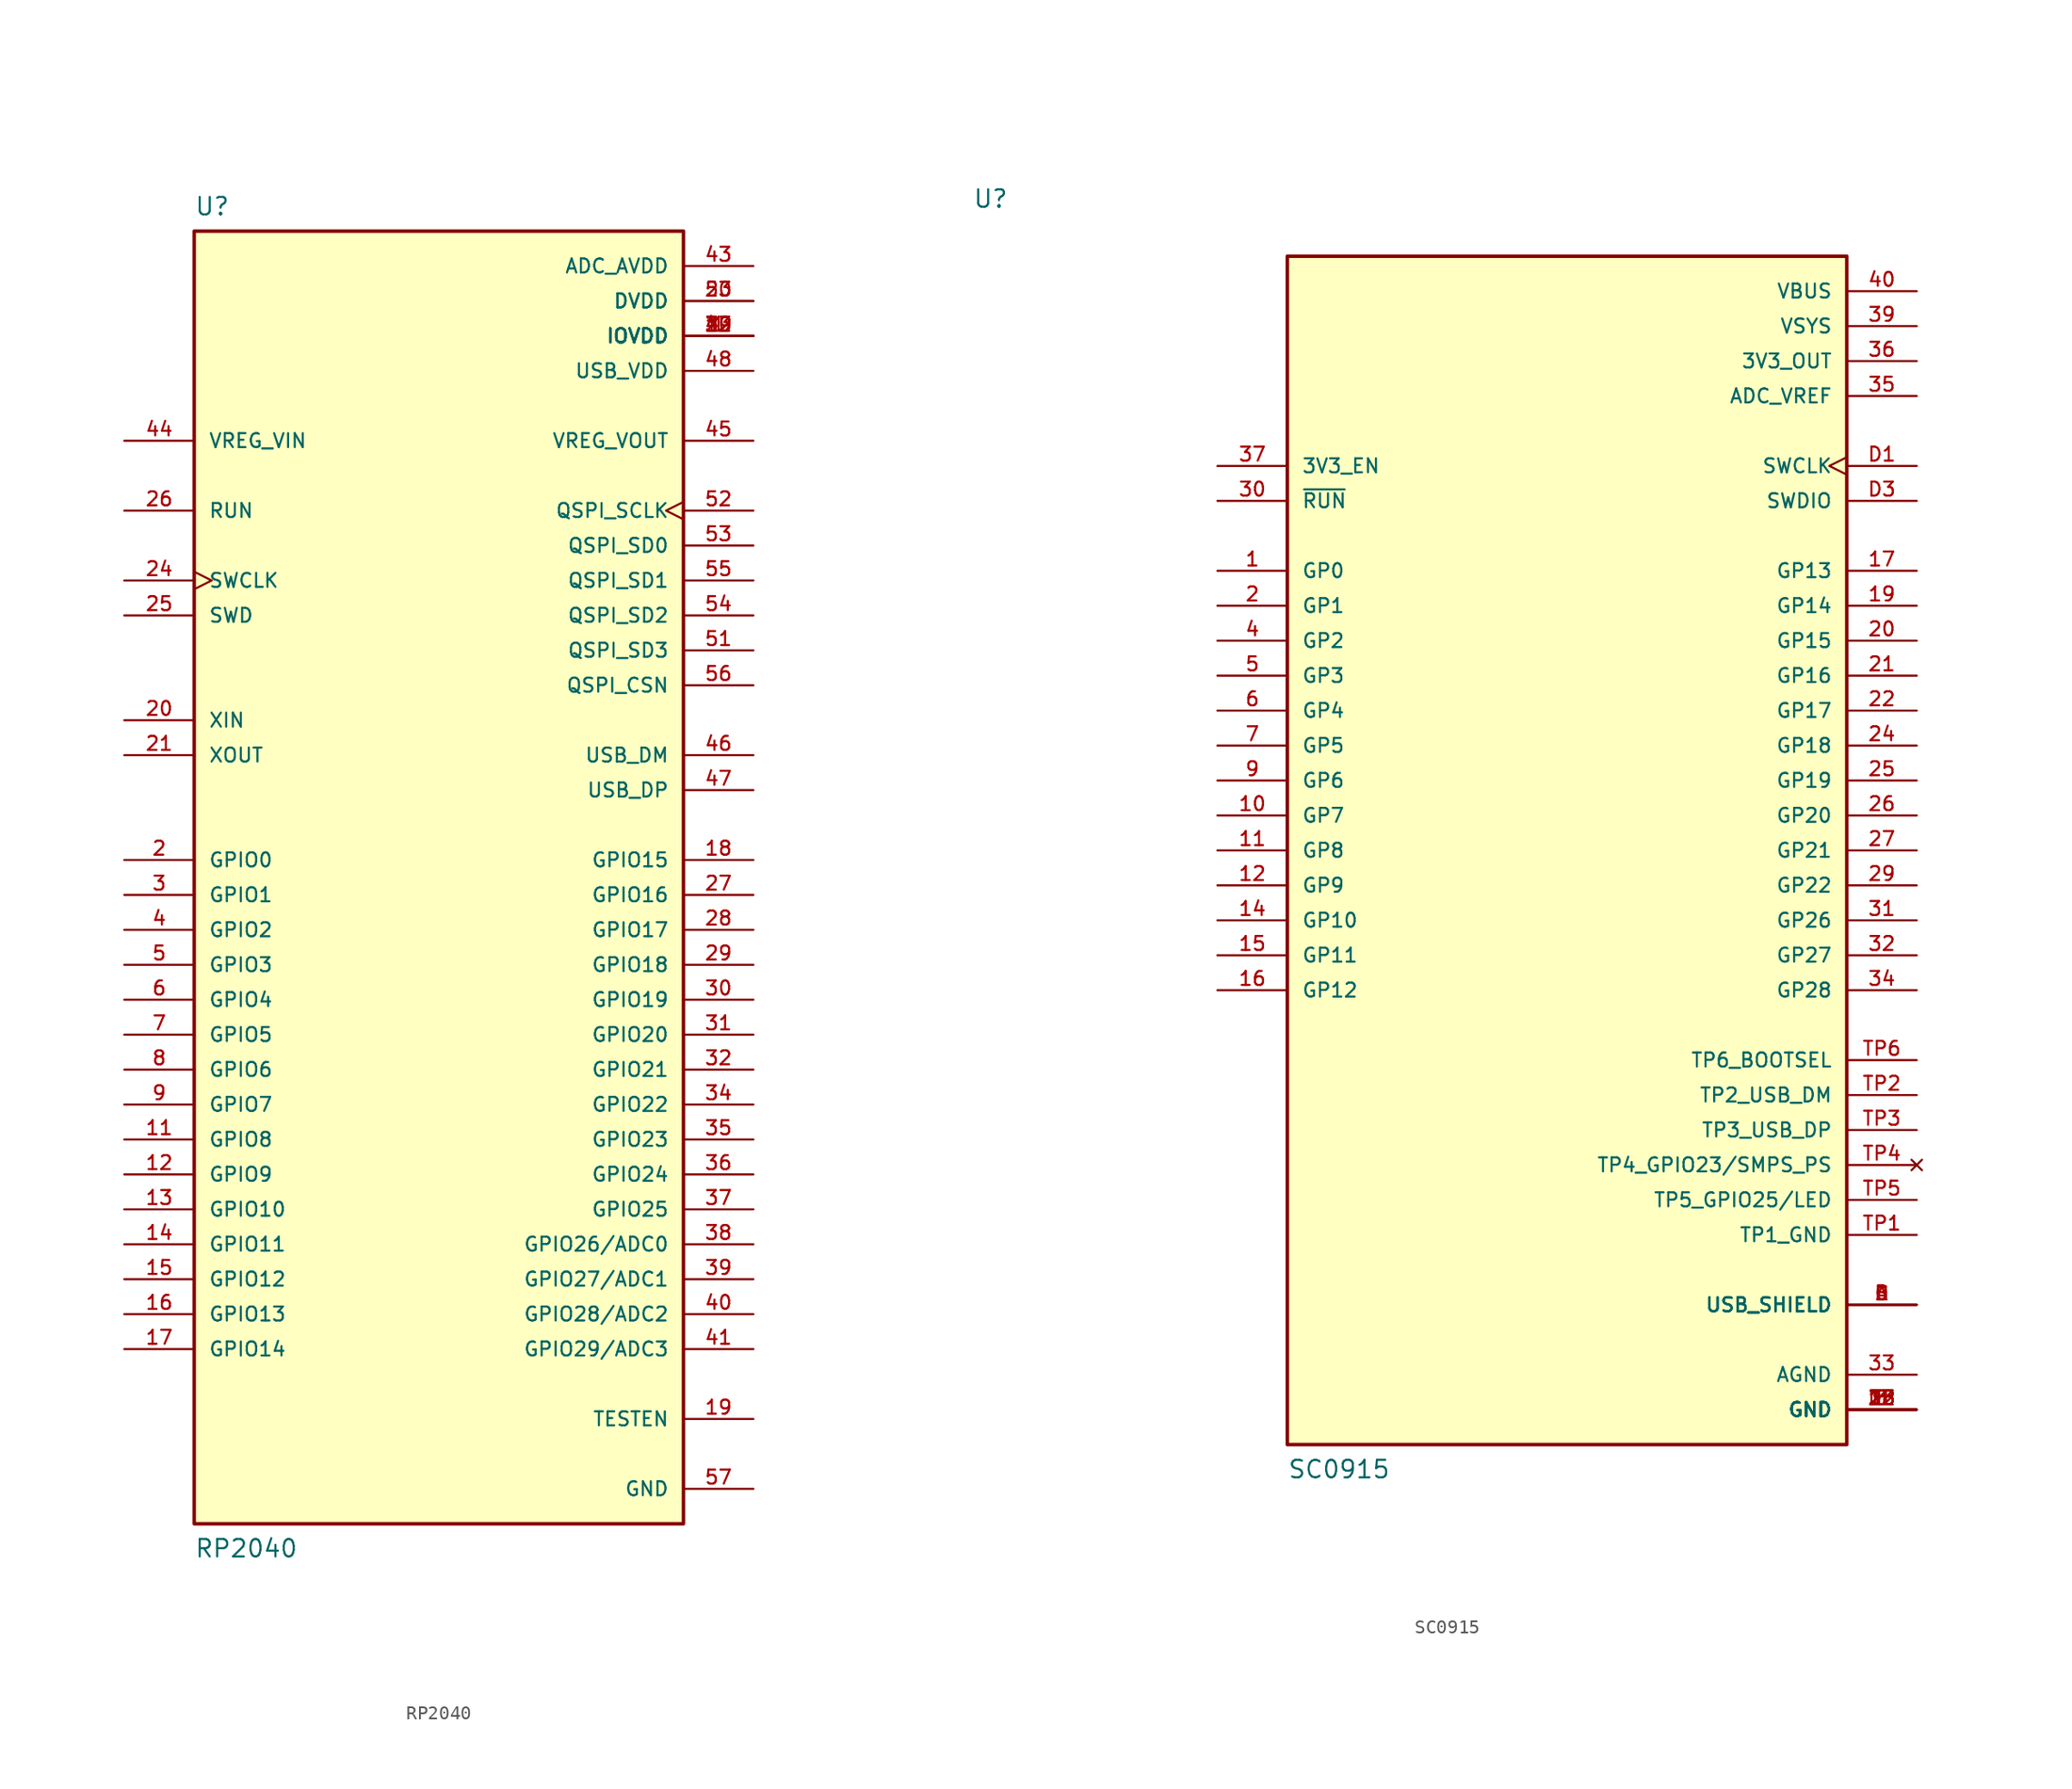
<source format=kicad_sym>
(kicad_symbol_lib
  (version 20220914)
  (generator kicad_symbol_editor)
  (symbol "RP2040"
    (pin_names
      (offset 1.016))
    (property "Reference" "U"
      (at -17.78 50.8 0)
      (effects (font (size 1.27 1.27)) (justify left top)))
    (property "Value" "RP2040"
      (at -17.78 -48.26 0)
      (effects (font (size 1.27 1.27)) (justify left bottom)))
    (symbol "RP2040_0_0"
      (rectangle (start -17.78 -45.72) (end 17.78 48.26) (stroke (width 0.254) (type default)) (fill (type background)))
      (pin power_in line (at 22.86 40.64 180) (length 5.08) (name "IOVDD" (effects (font (size 1.016 1.016)))) (number "1" (effects (font (size 1.016 1.016)))))
      (pin power_in line (at 22.86 40.64 180) (length 5.08) (name "IOVDD" (effects (font (size 1.016 1.016)))) (number "10" (effects (font (size 1.016 1.016)))))
      (pin bidirectional line (at -22.86 -17.78 0) (length 5.08) (name "GPIO8" (effects (font (size 1.016 1.016)))) (number "11" (effects (font (size 1.016 1.016)))))
      (pin bidirectional line (at -22.86 -20.32 0) (length 5.08) (name "GPIO9" (effects (font (size 1.016 1.016)))) (number "12" (effects (font (size 1.016 1.016)))))
      (pin bidirectional line (at -22.86 -22.86 0) (length 5.08) (name "GPIO10" (effects (font (size 1.016 1.016)))) (number "13" (effects (font (size 1.016 1.016)))))
      (pin bidirectional line (at -22.86 -25.4 0) (length 5.08) (name "GPIO11" (effects (font (size 1.016 1.016)))) (number "14" (effects (font (size 1.016 1.016)))))
      (pin bidirectional line (at -22.86 -27.94 0) (length 5.08) (name "GPIO12" (effects (font (size 1.016 1.016)))) (number "15" (effects (font (size 1.016 1.016)))))
      (pin bidirectional line (at -22.86 -30.48 0) (length 5.08) (name "GPIO13" (effects (font (size 1.016 1.016)))) (number "16" (effects (font (size 1.016 1.016)))))
      (pin bidirectional line (at -22.86 -33.02 0) (length 5.08) (name "GPIO14" (effects (font (size 1.016 1.016)))) (number "17" (effects (font (size 1.016 1.016)))))
      (pin bidirectional line (at 22.86 2.54 180) (length 5.08) (name "GPIO15" (effects (font (size 1.016 1.016)))) (number "18" (effects (font (size 1.016 1.016)))))
      (pin passive line (at 22.86 -38.1 180) (length 5.08) (name "TESTEN" (effects (font (size 1.016 1.016)))) (number "19" (effects (font (size 1.016 1.016)))))
      (pin bidirectional line (at -22.86 2.54 0) (length 5.08) (name "GPIO0" (effects (font (size 1.016 1.016)))) (number "2" (effects (font (size 1.016 1.016)))))
      (pin input line (at -22.86 12.7 0) (length 5.08) (name "XIN" (effects (font (size 1.016 1.016)))) (number "20" (effects (font (size 1.016 1.016)))))
      (pin output line (at -22.86 10.16 0) (length 5.08) (name "XOUT" (effects (font (size 1.016 1.016)))) (number "21" (effects (font (size 1.016 1.016)))))
      (pin power_in line (at 22.86 40.64 180) (length 5.08) (name "IOVDD" (effects (font (size 1.016 1.016)))) (number "22" (effects (font (size 1.016 1.016)))))
      (pin power_in line (at 22.86 43.18 180) (length 5.08) (name "DVDD" (effects (font (size 1.016 1.016)))) (number "23" (effects (font (size 1.016 1.016)))))
      (pin input clock (at -22.86 22.86 0) (length 5.08) (name "SWCLK" (effects (font (size 1.016 1.016)))) (number "24" (effects (font (size 1.016 1.016)))))
      (pin bidirectional line (at -22.86 20.32 0) (length 5.08) (name "SWD" (effects (font (size 1.016 1.016)))) (number "25" (effects (font (size 1.016 1.016)))))
      (pin input line (at -22.86 27.94 0) (length 5.08) (name "RUN" (effects (font (size 1.016 1.016)))) (number "26" (effects (font (size 1.016 1.016)))))
      (pin bidirectional line (at 22.86 0 180) (length 5.08) (name "GPIO16" (effects (font (size 1.016 1.016)))) (number "27" (effects (font (size 1.016 1.016)))))
      (pin bidirectional line (at 22.86 -2.54 180) (length 5.08) (name "GPIO17" (effects (font (size 1.016 1.016)))) (number "28" (effects (font (size 1.016 1.016)))))
      (pin bidirectional line (at 22.86 -5.08 180) (length 5.08) (name "GPIO18" (effects (font (size 1.016 1.016)))) (number "29" (effects (font (size 1.016 1.016)))))
      (pin bidirectional line (at -22.86 0 0) (length 5.08) (name "GPIO1" (effects (font (size 1.016 1.016)))) (number "3" (effects (font (size 1.016 1.016)))))
      (pin bidirectional line (at 22.86 -7.62 180) (length 5.08) (name "GPIO19" (effects (font (size 1.016 1.016)))) (number "30" (effects (font (size 1.016 1.016)))))
      (pin bidirectional line (at 22.86 -10.16 180) (length 5.08) (name "GPIO20" (effects (font (size 1.016 1.016)))) (number "31" (effects (font (size 1.016 1.016)))))
      (pin bidirectional line (at 22.86 -12.7 180) (length 5.08) (name "GPIO21" (effects (font (size 1.016 1.016)))) (number "32" (effects (font (size 1.016 1.016)))))
      (pin power_in line (at 22.86 40.64 180) (length 5.08) (name "IOVDD" (effects (font (size 1.016 1.016)))) (number "33" (effects (font (size 1.016 1.016)))))
      (pin bidirectional line (at 22.86 -15.24 180) (length 5.08) (name "GPIO22" (effects (font (size 1.016 1.016)))) (number "34" (effects (font (size 1.016 1.016)))))
      (pin bidirectional line (at 22.86 -17.78 180) (length 5.08) (name "GPIO23" (effects (font (size 1.016 1.016)))) (number "35" (effects (font (size 1.016 1.016)))))
      (pin bidirectional line (at 22.86 -20.32 180) (length 5.08) (name "GPIO24" (effects (font (size 1.016 1.016)))) (number "36" (effects (font (size 1.016 1.016)))))
      (pin bidirectional line (at 22.86 -22.86 180) (length 5.08) (name "GPIO25" (effects (font (size 1.016 1.016)))) (number "37" (effects (font (size 1.016 1.016)))))
      (pin bidirectional line (at 22.86 -25.4 180) (length 5.08) (name "GPIO26/ADC0" (effects (font (size 1.016 1.016)))) (number "38" (effects (font (size 1.016 1.016)))))
      (pin bidirectional line (at 22.86 -27.94 180) (length 5.08) (name "GPIO27/ADC1" (effects (font (size 1.016 1.016)))) (number "39" (effects (font (size 1.016 1.016)))))
      (pin bidirectional line (at -22.86 -2.54 0) (length 5.08) (name "GPIO2" (effects (font (size 1.016 1.016)))) (number "4" (effects (font (size 1.016 1.016)))))
      (pin bidirectional line (at 22.86 -30.48 180) (length 5.08) (name "GPIO28/ADC2" (effects (font (size 1.016 1.016)))) (number "40" (effects (font (size 1.016 1.016)))))
      (pin bidirectional line (at 22.86 -33.02 180) (length 5.08) (name "GPIO29/ADC3" (effects (font (size 1.016 1.016)))) (number "41" (effects (font (size 1.016 1.016)))))
      (pin power_in line (at 22.86 40.64 180) (length 5.08) (name "IOVDD" (effects (font (size 1.016 1.016)))) (number "42" (effects (font (size 1.016 1.016)))))
      (pin power_in line (at 22.86 45.72 180) (length 5.08) (name "ADC_AVDD" (effects (font (size 1.016 1.016)))) (number "43" (effects (font (size 1.016 1.016)))))
      (pin input line (at -22.86 33.02 0) (length 5.08) (name "VREG_VIN" (effects (font (size 1.016 1.016)))) (number "44" (effects (font (size 1.016 1.016)))))
      (pin output line (at 22.86 33.02 180) (length 5.08) (name "VREG_VOUT" (effects (font (size 1.016 1.016)))) (number "45" (effects (font (size 1.016 1.016)))))
      (pin bidirectional line (at 22.86 10.16 180) (length 5.08) (name "USB_DM" (effects (font (size 1.016 1.016)))) (number "46" (effects (font (size 1.016 1.016)))))
      (pin bidirectional line (at 22.86 7.62 180) (length 5.08) (name "USB_DP" (effects (font (size 1.016 1.016)))) (number "47" (effects (font (size 1.016 1.016)))))
      (pin power_in line (at 22.86 38.1 180) (length 5.08) (name "USB_VDD" (effects (font (size 1.016 1.016)))) (number "48" (effects (font (size 1.016 1.016)))))
      (pin power_in line (at 22.86 40.64 180) (length 5.08) (name "IOVDD" (effects (font (size 1.016 1.016)))) (number "49" (effects (font (size 1.016 1.016)))))
      (pin bidirectional line (at -22.86 -5.08 0) (length 5.08) (name "GPIO3" (effects (font (size 1.016 1.016)))) (number "5" (effects (font (size 1.016 1.016)))))
      (pin power_in line (at 22.86 43.18 180) (length 5.08) (name "DVDD" (effects (font (size 1.016 1.016)))) (number "50" (effects (font (size 1.016 1.016)))))
      (pin bidirectional line (at 22.86 17.78 180) (length 5.08) (name "QSPI_SD3" (effects (font (size 1.016 1.016)))) (number "51" (effects (font (size 1.016 1.016)))))
      (pin bidirectional clock (at 22.86 27.94 180) (length 5.08) (name "QSPI_SCLK" (effects (font (size 1.016 1.016)))) (number "52" (effects (font (size 1.016 1.016)))))
      (pin bidirectional line (at 22.86 25.4 180) (length 5.08) (name "QSPI_SD0" (effects (font (size 1.016 1.016)))) (number "53" (effects (font (size 1.016 1.016)))))
      (pin bidirectional line (at 22.86 20.32 180) (length 5.08) (name "QSPI_SD2" (effects (font (size 1.016 1.016)))) (number "54" (effects (font (size 1.016 1.016)))))
      (pin bidirectional line (at 22.86 22.86 180) (length 5.08) (name "QSPI_SD1" (effects (font (size 1.016 1.016)))) (number "55" (effects (font (size 1.016 1.016)))))
      (pin bidirectional line (at 22.86 15.24 180) (length 5.08) (name "QSPI_CSN" (effects (font (size 1.016 1.016)))) (number "56" (effects (font (size 1.016 1.016)))))
      (pin power_in line (at 22.86 -43.18 180) (length 5.08) (name "GND" (effects (font (size 1.016 1.016)))) (number "57" (effects (font (size 1.016 1.016)))))
      (pin bidirectional line (at -22.86 -7.62 0) (length 5.08) (name "GPIO4" (effects (font (size 1.016 1.016)))) (number "6" (effects (font (size 1.016 1.016)))))
      (pin bidirectional line (at -22.86 -10.16 0) (length 5.08) (name "GPIO5" (effects (font (size 1.016 1.016)))) (number "7" (effects (font (size 1.016 1.016)))))
      (pin bidirectional line (at -22.86 -12.7 0) (length 5.08) (name "GPIO6" (effects (font (size 1.016 1.016)))) (number "8" (effects (font (size 1.016 1.016)))))
      (pin bidirectional line (at -22.86 -15.24 0) (length 5.08) (name "GPIO7" (effects (font (size 1.016 1.016)))) (number "9" (effects (font (size 1.016 1.016)))))))
  (symbol "SC0915"
    (pin_names
      (offset 1.016))
    (property "Reference" "U"
      (at -20.32 44.069 0)
      (effects (font (size 1.27 1.27)) (justify left bottom)))
    (property "Value" "SC0915"
      (at 2.54 -48.26 0)
      (effects (font (size 1.27 1.27)) (justify left bottom)))
    (symbol "SC0915_0_0"
      (rectangle (start 2.54 -45.72) (end 43.18 40.64) (stroke (width 0.254) (type default)) (fill (type background)))
      (pin bidirectional line (at -2.54 17.78 0) (length 5.08) (name "GP0" (effects (font (size 1.016 1.016)))) (number "1" (effects (font (size 1.016 1.016)))))
      (pin bidirectional line (at -2.54 0 0) (length 5.08) (name "GP7" (effects (font (size 1.016 1.016)))) (number "10" (effects (font (size 1.016 1.016)))))
      (pin bidirectional line (at -2.54 -2.54 0) (length 5.08) (name "GP8" (effects (font (size 1.016 1.016)))) (number "11" (effects (font (size 1.016 1.016)))))
      (pin bidirectional line (at -2.54 -5.08 0) (length 5.08) (name "GP9" (effects (font (size 1.016 1.016)))) (number "12" (effects (font (size 1.016 1.016)))))
      (pin power_in line (at 48.26 -43.18 180) (length 5.08) (name "GND" (effects (font (size 1.016 1.016)))) (number "13" (effects (font (size 1.016 1.016)))))
      (pin bidirectional line (at -2.54 -7.62 0) (length 5.08) (name "GP10" (effects (font (size 1.016 1.016)))) (number "14" (effects (font (size 1.016 1.016)))))
      (pin bidirectional line (at -2.54 -10.16 0) (length 5.08) (name "GP11" (effects (font (size 1.016 1.016)))) (number "15" (effects (font (size 1.016 1.016)))))
      (pin bidirectional line (at -2.54 -12.7 0) (length 5.08) (name "GP12" (effects (font (size 1.016 1.016)))) (number "16" (effects (font (size 1.016 1.016)))))
      (pin bidirectional line (at 48.26 17.78 180) (length 5.08) (name "GP13" (effects (font (size 1.016 1.016)))) (number "17" (effects (font (size 1.016 1.016)))))
      (pin power_in line (at 48.26 -43.18 180) (length 5.08) (name "GND" (effects (font (size 1.016 1.016)))) (number "18" (effects (font (size 1.016 1.016)))))
      (pin bidirectional line (at 48.26 15.24 180) (length 5.08) (name "GP14" (effects (font (size 1.016 1.016)))) (number "19" (effects (font (size 1.016 1.016)))))
      (pin bidirectional line (at -2.54 15.24 0) (length 5.08) (name "GP1" (effects (font (size 1.016 1.016)))) (number "2" (effects (font (size 1.016 1.016)))))
      (pin bidirectional line (at 48.26 12.7 180) (length 5.08) (name "GP15" (effects (font (size 1.016 1.016)))) (number "20" (effects (font (size 1.016 1.016)))))
      (pin bidirectional line (at 48.26 10.16 180) (length 5.08) (name "GP16" (effects (font (size 1.016 1.016)))) (number "21" (effects (font (size 1.016 1.016)))))
      (pin bidirectional line (at 48.26 7.62 180) (length 5.08) (name "GP17" (effects (font (size 1.016 1.016)))) (number "22" (effects (font (size 1.016 1.016)))))
      (pin power_in line (at 48.26 -43.18 180) (length 5.08) (name "GND" (effects (font (size 1.016 1.016)))) (number "23" (effects (font (size 1.016 1.016)))))
      (pin bidirectional line (at 48.26 5.08 180) (length 5.08) (name "GP18" (effects (font (size 1.016 1.016)))) (number "24" (effects (font (size 1.016 1.016)))))
      (pin bidirectional line (at 48.26 2.54 180) (length 5.08) (name "GP19" (effects (font (size 1.016 1.016)))) (number "25" (effects (font (size 1.016 1.016)))))
      (pin bidirectional line (at 48.26 0 180) (length 5.08) (name "GP20" (effects (font (size 1.016 1.016)))) (number "26" (effects (font (size 1.016 1.016)))))
      (pin bidirectional line (at 48.26 -2.54 180) (length 5.08) (name "GP21" (effects (font (size 1.016 1.016)))) (number "27" (effects (font (size 1.016 1.016)))))
      (pin power_in line (at 48.26 -43.18 180) (length 5.08) (name "GND" (effects (font (size 1.016 1.016)))) (number "28" (effects (font (size 1.016 1.016)))))
      (pin bidirectional line (at 48.26 -5.08 180) (length 5.08) (name "GP22" (effects (font (size 1.016 1.016)))) (number "29" (effects (font (size 1.016 1.016)))))
      (pin power_in line (at 48.26 -43.18 180) (length 5.08) (name "GND" (effects (font (size 1.016 1.016)))) (number "3" (effects (font (size 1.016 1.016)))))
      (pin input line (at -2.54 22.86 0) (length 5.08) (name "~{RUN}" (effects (font (size 1.016 1.016)))) (number "30" (effects (font (size 1.016 1.016)))))
      (pin bidirectional line (at 48.26 -7.62 180) (length 5.08) (name "GP26" (effects (font (size 1.016 1.016)))) (number "31" (effects (font (size 1.016 1.016)))))
      (pin bidirectional line (at 48.26 -10.16 180) (length 5.08) (name "GP27" (effects (font (size 1.016 1.016)))) (number "32" (effects (font (size 1.016 1.016)))))
      (pin power_in line (at 48.26 -40.64 180) (length 5.08) (name "AGND" (effects (font (size 1.016 1.016)))) (number "33" (effects (font (size 1.016 1.016)))))
      (pin bidirectional line (at 48.26 -12.7 180) (length 5.08) (name "GP28" (effects (font (size 1.016 1.016)))) (number "34" (effects (font (size 1.016 1.016)))))
      (pin power_in line (at 48.26 30.48 180) (length 5.08) (name "ADC_VREF" (effects (font (size 1.016 1.016)))) (number "35" (effects (font (size 1.016 1.016)))))
      (pin power_in line (at 48.26 33.02 180) (length 5.08) (name "3V3_OUT" (effects (font (size 1.016 1.016)))) (number "36" (effects (font (size 1.016 1.016)))))
      (pin input line (at -2.54 25.4 0) (length 5.08) (name "3V3_EN" (effects (font (size 1.016 1.016)))) (number "37" (effects (font (size 1.016 1.016)))))
      (pin power_in line (at 48.26 -43.18 180) (length 5.08) (name "GND" (effects (font (size 1.016 1.016)))) (number "38" (effects (font (size 1.016 1.016)))))
      (pin power_in line (at 48.26 35.56 180) (length 5.08) (name "VSYS" (effects (font (size 1.016 1.016)))) (number "39" (effects (font (size 1.016 1.016)))))
      (pin bidirectional line (at -2.54 12.7 0) (length 5.08) (name "GP2" (effects (font (size 1.016 1.016)))) (number "4" (effects (font (size 1.016 1.016)))))
      (pin power_in line (at 48.26 38.1 180) (length 5.08) (name "VBUS" (effects (font (size 1.016 1.016)))) (number "40" (effects (font (size 1.016 1.016)))))
      (pin bidirectional line (at -2.54 10.16 0) (length 5.08) (name "GP3" (effects (font (size 1.016 1.016)))) (number "5" (effects (font (size 1.016 1.016)))))
      (pin bidirectional line (at -2.54 7.62 0) (length 5.08) (name "GP4" (effects (font (size 1.016 1.016)))) (number "6" (effects (font (size 1.016 1.016)))))
      (pin bidirectional line (at -2.54 5.08 0) (length 5.08) (name "GP5" (effects (font (size 1.016 1.016)))) (number "7" (effects (font (size 1.016 1.016)))))
      (pin power_in line (at 48.26 -43.18 180) (length 5.08) (name "GND" (effects (font (size 1.016 1.016)))) (number "8" (effects (font (size 1.016 1.016)))))
      (pin bidirectional line (at -2.54 2.54 0) (length 5.08) (name "GP6" (effects (font (size 1.016 1.016)))) (number "9" (effects (font (size 1.016 1.016)))))
      (pin power_in line (at 48.26 -35.56 180) (length 5.08) (name "USB_SHIELD" (effects (font (size 1.016 1.016)))) (number "A" (effects (font (size 1.016 1.016)))))
      (pin power_in line (at 48.26 -35.56 180) (length 5.08) (name "USB_SHIELD" (effects (font (size 1.016 1.016)))) (number "B" (effects (font (size 1.016 1.016)))))
      (pin power_in line (at 48.26 -35.56 180) (length 5.08) (name "USB_SHIELD" (effects (font (size 1.016 1.016)))) (number "C" (effects (font (size 1.016 1.016)))))
      (pin power_in line (at 48.26 -35.56 180) (length 5.08) (name "USB_SHIELD" (effects (font (size 1.016 1.016)))) (number "D" (effects (font (size 1.016 1.016)))))
      (pin input clock (at 48.26 25.4 180) (length 5.08) (name "SWCLK" (effects (font (size 1.016 1.016)))) (number "D1" (effects (font (size 1.016 1.016)))))
      (pin power_in line (at 48.26 -43.18 180) (length 5.08) (name "GND" (effects (font (size 1.016 1.016)))) (number "D2" (effects (font (size 1.016 1.016)))))
      (pin bidirectional line (at 48.26 22.86 180) (length 5.08) (name "SWDIO" (effects (font (size 1.016 1.016)))) (number "D3" (effects (font (size 1.016 1.016)))))
      (pin power_in line (at 48.26 -30.48 180) (length 5.08) (name "TP1_GND" (effects (font (size 1.016 1.016)))) (number "TP1" (effects (font (size 1.016 1.016)))))
      (pin bidirectional line (at 48.26 -20.32 180) (length 5.08) (name "TP2_USB_DM" (effects (font (size 1.016 1.016)))) (number "TP2" (effects (font (size 1.016 1.016)))))
      (pin bidirectional line (at 48.26 -22.86 180) (length 5.08) (name "TP3_USB_DP" (effects (font (size 1.016 1.016)))) (number "TP3" (effects (font (size 1.016 1.016)))))
      (pin no_connect line (at 48.26 -25.4 180) (length 5.08) (name "TP4_GPIO23/SMPS_PS" (effects (font (size 1.016 1.016)))) (number "TP4" (effects (font (size 1.016 1.016)))))
      (pin output line (at 48.26 -27.94 180) (length 5.08) (name "TP5_GPIO25/LED" (effects (font (size 1.016 1.016)))) (number "TP5" (effects (font (size 1.016 1.016)))))
      (pin input line (at 48.26 -17.78 180) (length 5.08) (name "TP6_BOOTSEL" (effects (font (size 1.016 1.016)))) (number "TP6" (effects (font (size 1.016 1.016))))))))
</source>
